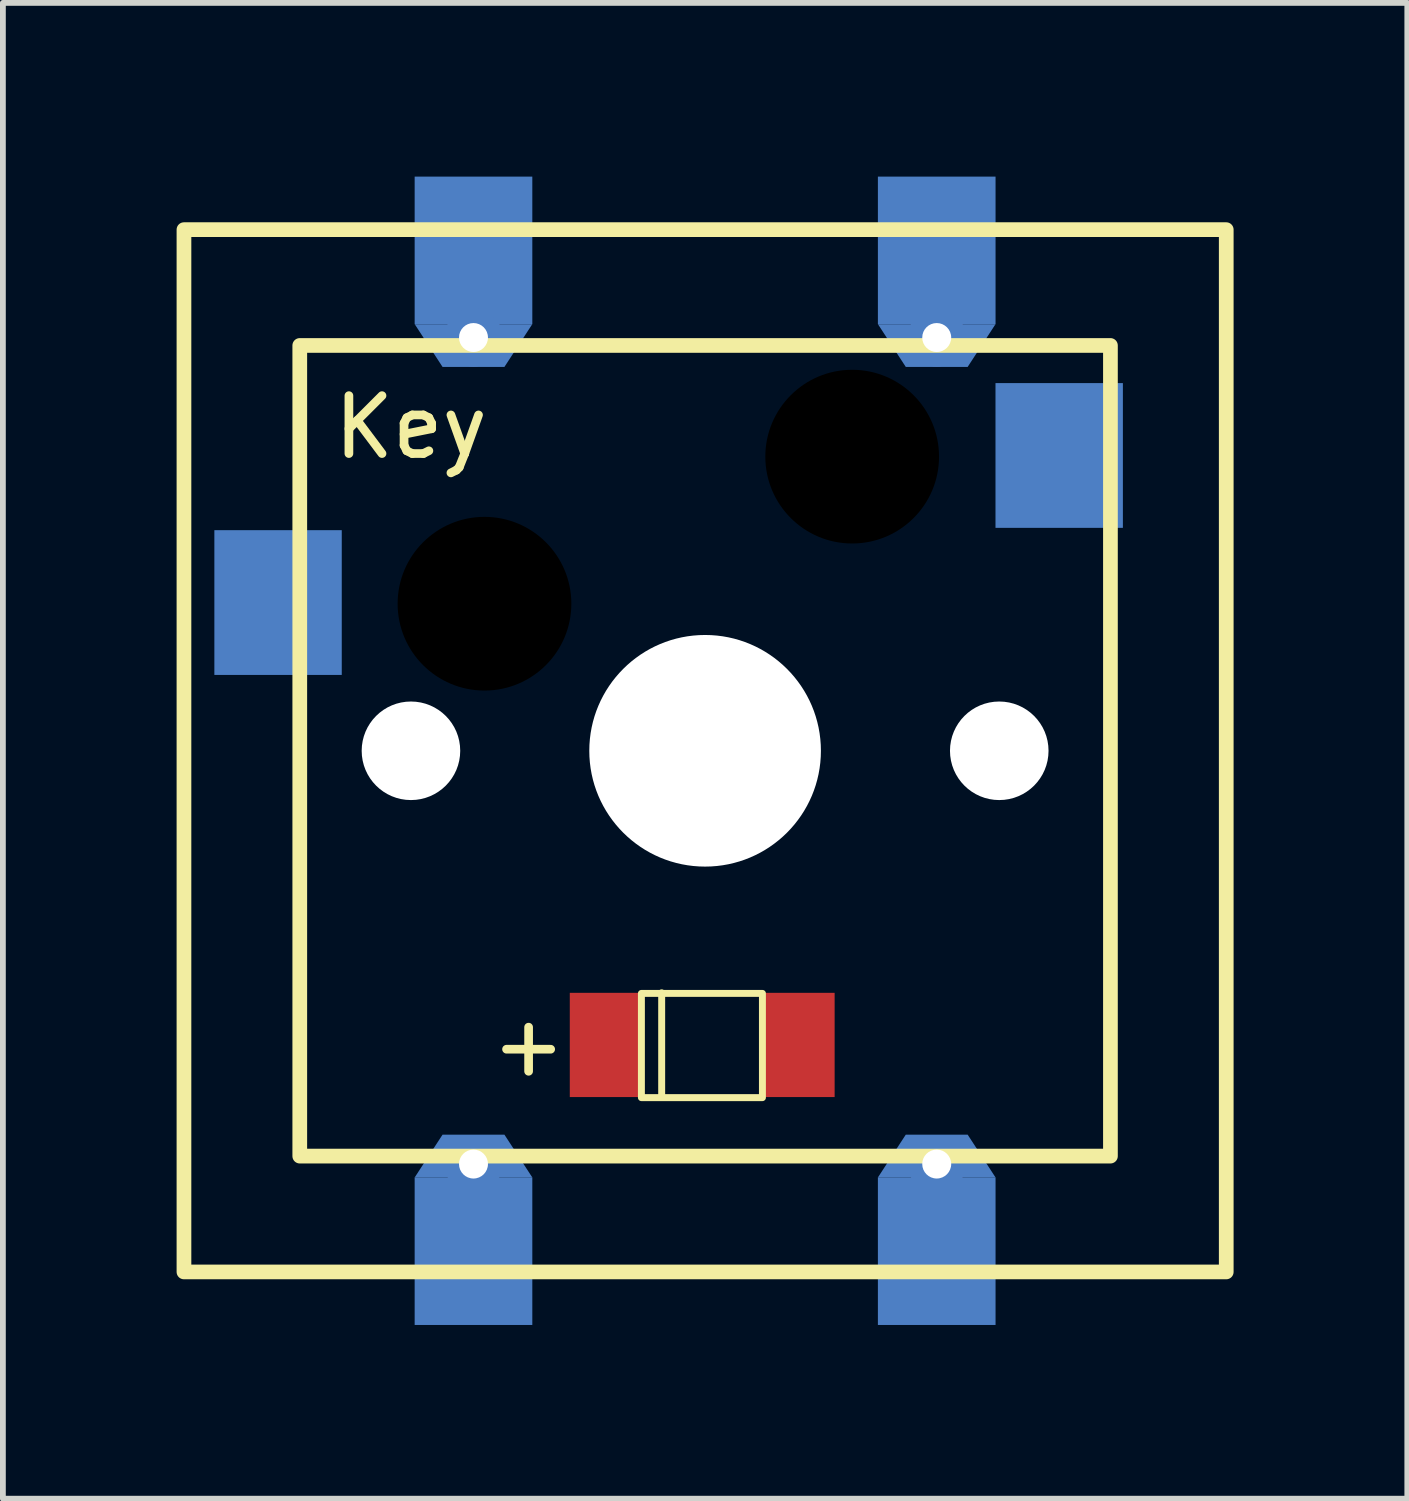
<source format=kicad_pcb>
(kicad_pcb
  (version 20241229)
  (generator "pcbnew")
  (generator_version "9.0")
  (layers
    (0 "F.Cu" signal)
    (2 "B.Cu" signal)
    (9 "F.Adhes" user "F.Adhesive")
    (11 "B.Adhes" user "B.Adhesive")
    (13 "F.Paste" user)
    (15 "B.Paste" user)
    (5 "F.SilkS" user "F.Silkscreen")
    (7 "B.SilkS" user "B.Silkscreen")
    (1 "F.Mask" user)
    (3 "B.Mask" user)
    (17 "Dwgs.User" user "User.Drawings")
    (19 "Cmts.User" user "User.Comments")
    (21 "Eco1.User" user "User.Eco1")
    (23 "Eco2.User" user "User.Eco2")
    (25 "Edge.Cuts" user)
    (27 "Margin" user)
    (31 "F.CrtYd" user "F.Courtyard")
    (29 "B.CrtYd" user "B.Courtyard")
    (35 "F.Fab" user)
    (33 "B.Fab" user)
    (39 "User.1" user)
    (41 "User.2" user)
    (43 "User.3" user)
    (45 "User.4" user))
  (footprint "Key"
    (layer "F.Cu")
    (at 9.127 9.916)
    (property "Reference" "Key" (at -5.08 -5.588 0) (unlocked yes) (layer "F.SilkS") (effects (font (size 1 1) (thickness 0.15))))
    (attr smd)
    (fp_line (start -0.75 4.18) (end -0.75 5.98) (stroke (width 0.12) (type solid)) (layer "F.SilkS"))
    (fp_rect (start -9 -9) (end 9 9) (stroke (width 0.254) (type solid)) (fill no) (layer "F.SilkS"))
    (fp_rect (start -7 -7) (end 7 7) (stroke (width 0.254) (type solid)) (fill no) (layer "F.SilkS"))
    (fp_rect (start 0.99 5.99) (end -1.1 4.19) (stroke (width 0.12) (type solid)) (fill no) (layer "F.SilkS"))
    (fp_text user "+" (at -3.048 5.08 0) (unlocked yes) (layer "F.SilkS") (effects (font (size 1 1) (thickness 0.15))))
    (pad "" np_thru_hole circle (at -5.08 0) (size 1.702 1.702) (drill 1.702) (layers "*.Cu" "*.Mask"))
    (pad "" np_thru_hole circle (at -3.81 -2.54) (size 3 3) (drill 3) (layers "*.Mask"))
    (pad "" np_thru_hole circle (at 0 0) (size 4 4) (drill 4) (layers "*.Cu" "*.Mask"))
    (pad "" np_thru_hole circle (at 2.54 -5.08) (size 3 3) (drill 3) (layers "*.Mask"))
    (pad "" np_thru_hole circle (at 5.08 0) (size 1.702 1.702) (drill 1.702) (layers "*.Cu" "*.Mask"))
    (pad "1" smd rect (at -4 -8.641 90) (size 2.55 2.032) (layers "B.Cu" "B.Mask" "B.Paste"))
    (pad "1" thru_hole circle (at -4 -7.137) (size 1 1) (drill 0.5) (layers "*.Cu" "*.Mask"))
    (pad "1" smd trapezoid (at -4 -6.998) (size 1.549 0.737) (rect_delta 0 -0.48) (layers "B.Cu" "B.Mask" "B.Paste"))
    (pad "1" smd trapezoid (at -4 6.998 180) (size 1.549 0.737) (rect_delta 0 -0.48) (layers "B.Cu" "B.Mask" "B.Paste"))
    (pad "1" thru_hole circle (at -4 7.137) (size 1 1) (drill 0.5) (layers "*.Cu" "*.Mask"))
    (pad "1" smd rect (at -4 8.641 90) (size 2.55 2.032) (layers "B.Cu" "B.Mask" "B.Paste"))
    (pad "1" smd rect (at 4 -8.641 90) (size 2.55 2.032) (layers "B.Cu" "B.Mask" "B.Paste"))
    (pad "1" thru_hole circle (at 4 -7.137) (size 1 1) (drill 0.5) (layers "*.Cu" "*.Mask"))
    (pad "1" smd trapezoid (at 4 6.998 180) (size 1.549 0.737) (rect_delta 0 -0.48) (layers "B.Cu" "B.Mask" "B.Paste"))
    (pad "1" thru_hole circle (at 4 7.137) (size 1 1) (drill 0.5) (layers "*.Cu" "*.Mask"))
    (pad "1" smd rect (at 4 8.641 90) (size 2.55 2.032) (layers "B.Cu" "B.Mask" "B.Paste"))
    (pad "1" smd trapezoid (at 4 -6.998) (size 1.549 0.737) (rect_delta 0 -0.48) (layers "B.Cu" "B.Mask" "B.Paste"))
    (pad "1" smd rect (at 6.115 -5.1) (size 2.2 2.5) (layers "B.Cu" "B.Mask" "B.Paste"))
    (pad "2" smd rect (at -7.375 -2.56) (size 2.2 2.5) (layers "B.Cu" "B.Mask" "B.Paste"))
    (pad "3" smd rect (at -1.737 5.08) (size 1.2 1.8) (layers "F.Cu" "F.Mask" "F.Paste"))
    (pad "4" smd rect (at 1.637 5.08) (size 1.2 1.8) (layers "F.Cu" "F.Mask" "F.Paste")))
  (gr_rect
    (start -3 -3)
    (end 21.254 22.832)
    (stroke (width 0.1) (type default))
    (fill no)
    (layer "Edge.Cuts")))
</source>
